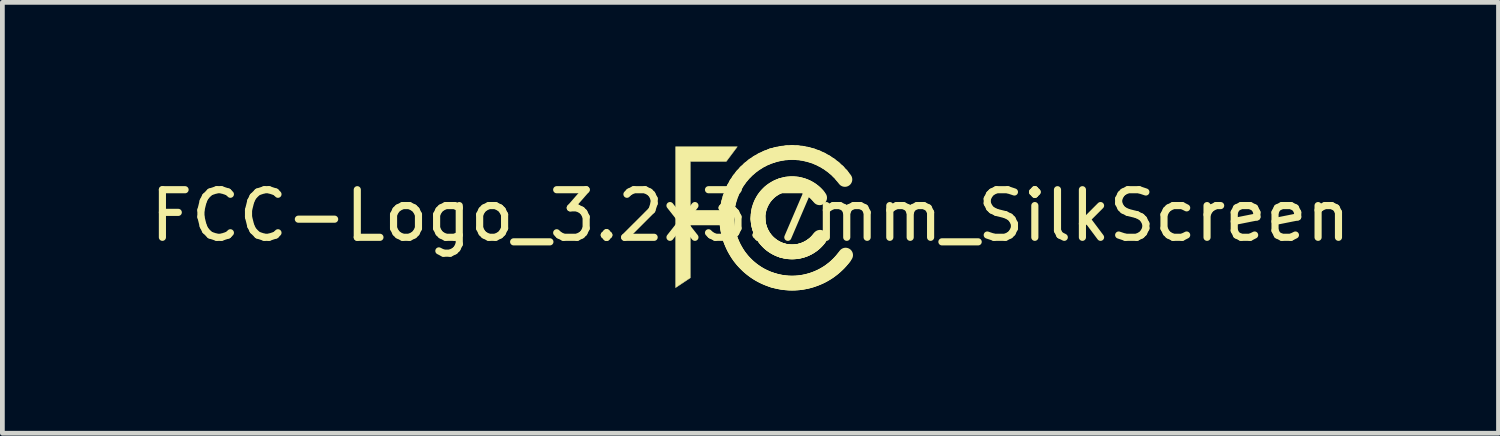
<source format=kicad_pcb>
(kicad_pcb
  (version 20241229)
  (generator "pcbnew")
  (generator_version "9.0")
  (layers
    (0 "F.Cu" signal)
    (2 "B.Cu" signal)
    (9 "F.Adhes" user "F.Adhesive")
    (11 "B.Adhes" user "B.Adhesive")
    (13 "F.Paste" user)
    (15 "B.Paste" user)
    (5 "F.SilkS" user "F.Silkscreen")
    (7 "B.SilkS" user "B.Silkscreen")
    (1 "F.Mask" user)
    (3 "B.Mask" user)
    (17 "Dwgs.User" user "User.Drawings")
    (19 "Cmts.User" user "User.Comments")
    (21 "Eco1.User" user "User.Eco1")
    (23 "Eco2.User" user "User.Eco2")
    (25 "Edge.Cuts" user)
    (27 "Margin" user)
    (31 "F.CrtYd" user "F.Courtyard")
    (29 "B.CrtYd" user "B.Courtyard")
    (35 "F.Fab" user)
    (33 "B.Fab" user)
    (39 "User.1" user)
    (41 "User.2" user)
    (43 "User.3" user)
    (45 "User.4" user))
  (footprint "FCC-Logo_3.2x3.7mm_SilkScreen"
    (layer "F.Cu")
    (at 12.72 1.482)
    (property "Reference" "FCC-Logo_3.2x3.7mm_SilkScreen" (at 0 0 0) (layer "F.SilkS") (effects (font (size 1 1) (thickness 0.15))))
    (attr exclude_from_pos_files exclude_from_bom)
    (fp_line (start -0.497 0.058) (end -0.497 0.058) (stroke (width 0.31) (type solid)) (layer "F.SilkS"))
    (fp_line (start -0.497 0.058) (end -0.494 -0.053) (stroke (width 0.31) (type solid)) (layer "F.SilkS"))
    (fp_line (start -0.496 0.114) (end -0.497 0.058) (stroke (width 0.31) (type solid)) (layer "F.SilkS"))
    (fp_line (start -0.494 -0.053) (end -0.482 -0.162) (stroke (width 0.31) (type solid)) (layer "F.SilkS"))
    (fp_line (start -0.492 0.169) (end -0.496 0.114) (stroke (width 0.31) (type solid)) (layer "F.SilkS"))
    (fp_line (start -0.486 0.224) (end -0.492 0.169) (stroke (width 0.31) (type solid)) (layer "F.SilkS"))
    (fp_line (start -0.482 -0.162) (end -0.461 -0.269) (stroke (width 0.31) (type solid)) (layer "F.SilkS"))
    (fp_line (start -0.478 0.278) (end -0.486 0.224) (stroke (width 0.31) (type solid)) (layer "F.SilkS"))
    (fp_line (start -0.467 0.331) (end -0.478 0.278) (stroke (width 0.31) (type solid)) (layer "F.SilkS"))
    (fp_line (start -0.461 -0.269) (end -0.432 -0.373) (stroke (width 0.31) (type solid)) (layer "F.SilkS"))
    (fp_line (start -0.455 0.384) (end -0.467 0.331) (stroke (width 0.31) (type solid)) (layer "F.SilkS"))
    (fp_line (start -0.44 0.436) (end -0.455 0.384) (stroke (width 0.31) (type solid)) (layer "F.SilkS"))
    (fp_line (start -0.432 -0.373) (end -0.396 -0.474) (stroke (width 0.31) (type solid)) (layer "F.SilkS"))
    (fp_line (start -0.424 0.488) (end -0.44 0.436) (stroke (width 0.31) (type solid)) (layer "F.SilkS"))
    (fp_line (start -0.406 0.538) (end -0.424 0.488) (stroke (width 0.31) (type solid)) (layer "F.SilkS"))
    (fp_line (start -0.396 -0.474) (end -0.351 -0.572) (stroke (width 0.31) (type solid)) (layer "F.SilkS"))
    (fp_line (start -0.385 0.588) (end -0.406 0.538) (stroke (width 0.31) (type solid)) (layer "F.SilkS"))
    (fp_line (start -0.363 0.637) (end -0.385 0.588) (stroke (width 0.31) (type solid)) (layer "F.SilkS"))
    (fp_line (start -0.351 -0.572) (end -0.3 -0.665) (stroke (width 0.31) (type solid)) (layer "F.SilkS"))
    (fp_line (start -0.339 0.685) (end -0.363 0.637) (stroke (width 0.31) (type solid)) (layer "F.SilkS"))
    (fp_line (start -0.313 0.731) (end -0.339 0.685) (stroke (width 0.31) (type solid)) (layer "F.SilkS"))
    (fp_line (start -0.3 -0.665) (end -0.241 -0.754) (stroke (width 0.31) (type solid)) (layer "F.SilkS"))
    (fp_line (start -0.286 0.777) (end -0.313 0.731) (stroke (width 0.31) (type solid)) (layer "F.SilkS"))
    (fp_line (start -0.257 0.821) (end -0.286 0.777) (stroke (width 0.31) (type solid)) (layer "F.SilkS"))
    (fp_line (start -0.241 -0.754) (end -0.176 -0.838) (stroke (width 0.31) (type solid)) (layer "F.SilkS"))
    (fp_line (start -0.226 0.865) (end -0.257 0.821) (stroke (width 0.31) (type solid)) (layer "F.SilkS"))
    (fp_line (start -0.193 0.907) (end -0.226 0.865) (stroke (width 0.31) (type solid)) (layer "F.SilkS"))
    (fp_line (start -0.176 -0.838) (end -0.104 -0.917) (stroke (width 0.31) (type solid)) (layer "F.SilkS"))
    (fp_line (start -0.159 0.948) (end -0.193 0.907) (stroke (width 0.31) (type solid)) (layer "F.SilkS"))
    (fp_line (start -0.123 0.987) (end -0.159 0.948) (stroke (width 0.31) (type solid)) (layer "F.SilkS"))
    (fp_line (start -0.104 -0.917) (end -0.026 -0.99) (stroke (width 0.31) (type solid)) (layer "F.SilkS"))
    (fp_line (start -0.085 1.025) (end -0.123 0.987) (stroke (width 0.31) (type solid)) (layer "F.SilkS"))
    (fp_line (start -0.047 1.062) (end -0.085 1.025) (stroke (width 0.31) (type solid)) (layer "F.SilkS"))
    (fp_line (start -0.026 -0.99) (end 0.058 -1.058) (stroke (width 0.31) (type solid)) (layer "F.SilkS"))
    (fp_line (start -0.006 1.097) (end -0.047 1.062) (stroke (width 0.31) (type solid)) (layer "F.SilkS"))
    (fp_line (start 0.036 1.131) (end -0.006 1.097) (stroke (width 0.31) (type solid)) (layer "F.SilkS"))
    (fp_line (start 0.058 -1.058) (end 0.147 -1.118) (stroke (width 0.31) (type solid)) (layer "F.SilkS"))
    (fp_line (start 0.079 1.163) (end 0.036 1.131) (stroke (width 0.31) (type solid)) (layer "F.SilkS"))
    (fp_line (start 0.123 1.193) (end 0.079 1.163) (stroke (width 0.31) (type solid)) (layer "F.SilkS"))
    (fp_line (start 0.147 -1.118) (end 0.241 -1.172) (stroke (width 0.31) (type solid)) (layer "F.SilkS"))
    (fp_line (start 0.159 0.052) (end 0.159 0.052) (stroke (width 0.31) (type solid)) (layer "F.SilkS"))
    (fp_line (start 0.159 0.052) (end 0.16 -0.006) (stroke (width 0.31) (type solid)) (layer "F.SilkS"))
    (fp_line (start 0.159 0.081) (end 0.159 0.052) (stroke (width 0.31) (type solid)) (layer "F.SilkS"))
    (fp_line (start 0.16 -0.006) (end 0.167 -0.063) (stroke (width 0.31) (type solid)) (layer "F.SilkS"))
    (fp_line (start 0.161 0.11) (end 0.159 0.081) (stroke (width 0.31) (type solid)) (layer "F.SilkS"))
    (fp_line (start 0.165 0.138) (end 0.161 0.11) (stroke (width 0.31) (type solid)) (layer "F.SilkS"))
    (fp_line (start 0.167 -0.063) (end 0.177 -0.119) (stroke (width 0.31) (type solid)) (layer "F.SilkS"))
    (fp_line (start 0.169 0.166) (end 0.165 0.138) (stroke (width 0.31) (type solid)) (layer "F.SilkS"))
    (fp_line (start 0.169 1.222) (end 0.123 1.193) (stroke (width 0.31) (type solid)) (layer "F.SilkS"))
    (fp_line (start 0.174 0.194) (end 0.169 0.166) (stroke (width 0.31) (type solid)) (layer "F.SilkS"))
    (fp_line (start 0.177 -0.119) (end 0.193 -0.173) (stroke (width 0.31) (type solid)) (layer "F.SilkS"))
    (fp_line (start 0.181 0.222) (end 0.174 0.194) (stroke (width 0.31) (type solid)) (layer "F.SilkS"))
    (fp_line (start 0.188 0.249) (end 0.181 0.222) (stroke (width 0.31) (type solid)) (layer "F.SilkS"))
    (fp_line (start 0.193 -0.173) (end 0.212 -0.226) (stroke (width 0.31) (type solid)) (layer "F.SilkS"))
    (fp_line (start 0.197 0.276) (end 0.188 0.249) (stroke (width 0.31) (type solid)) (layer "F.SilkS"))
    (fp_line (start 0.206 0.302) (end 0.197 0.276) (stroke (width 0.31) (type solid)) (layer "F.SilkS"))
    (fp_line (start 0.212 -0.226) (end 0.235 -0.277) (stroke (width 0.31) (type solid)) (layer "F.SilkS"))
    (fp_line (start 0.216 1.249) (end 0.169 1.222) (stroke (width 0.31) (type solid)) (layer "F.SilkS"))
    (fp_line (start 0.217 0.328) (end 0.206 0.302) (stroke (width 0.31) (type solid)) (layer "F.SilkS"))
    (fp_line (start 0.229 0.354) (end 0.217 0.328) (stroke (width 0.31) (type solid)) (layer "F.SilkS"))
    (fp_line (start 0.235 -0.277) (end 0.262 -0.326) (stroke (width 0.31) (type solid)) (layer "F.SilkS"))
    (fp_line (start 0.241 0.379) (end 0.229 0.354) (stroke (width 0.31) (type solid)) (layer "F.SilkS"))
    (fp_line (start 0.241 -1.172) (end 0.341 -1.219) (stroke (width 0.31) (type solid)) (layer "F.SilkS"))
    (fp_line (start 0.255 0.403) (end 0.241 0.379) (stroke (width 0.31) (type solid)) (layer "F.SilkS"))
    (fp_line (start 0.262 -0.326) (end 0.292 -0.372) (stroke (width 0.31) (type solid)) (layer "F.SilkS"))
    (fp_line (start 0.265 1.274) (end 0.216 1.249) (stroke (width 0.31) (type solid)) (layer "F.SilkS"))
    (fp_line (start 0.269 0.427) (end 0.255 0.403) (stroke (width 0.31) (type solid)) (layer "F.SilkS"))
    (fp_line (start 0.284 0.45) (end 0.269 0.427) (stroke (width 0.31) (type solid)) (layer "F.SilkS"))
    (fp_line (start 0.292 -0.372) (end 0.326 -0.416) (stroke (width 0.31) (type solid)) (layer "F.SilkS"))
    (fp_line (start 0.3 0.473) (end 0.284 0.45) (stroke (width 0.31) (type solid)) (layer "F.SilkS"))
    (fp_line (start 0.314 1.297) (end 0.265 1.274) (stroke (width 0.31) (type solid)) (layer "F.SilkS"))
    (fp_line (start 0.317 0.495) (end 0.3 0.473) (stroke (width 0.31) (type solid)) (layer "F.SilkS"))
    (fp_line (start 0.326 -0.416) (end 0.364 -0.457) (stroke (width 0.31) (type solid)) (layer "F.SilkS"))
    (fp_line (start 0.335 0.516) (end 0.317 0.495) (stroke (width 0.31) (type solid)) (layer "F.SilkS"))
    (fp_line (start 0.341 -1.219) (end 0.445 -1.258) (stroke (width 0.31) (type solid)) (layer "F.SilkS"))
    (fp_line (start 0.354 0.537) (end 0.335 0.516) (stroke (width 0.31) (type solid)) (layer "F.SilkS"))
    (fp_line (start 0.364 -0.457) (end 0.404 -0.496) (stroke (width 0.31) (type solid)) (layer "F.SilkS"))
    (fp_line (start 0.365 1.319) (end 0.314 1.297) (stroke (width 0.31) (type solid)) (layer "F.SilkS"))
    (fp_line (start 0.374 0.557) (end 0.354 0.537) (stroke (width 0.31) (type solid)) (layer "F.SilkS"))
    (fp_line (start 0.394 0.576) (end 0.374 0.557) (stroke (width 0.31) (type solid)) (layer "F.SilkS"))
    (fp_line (start 0.404 -0.496) (end 0.448 -0.531) (stroke (width 0.31) (type solid)) (layer "F.SilkS"))
    (fp_line (start 0.415 0.594) (end 0.394 0.576) (stroke (width 0.31) (type solid)) (layer "F.SilkS"))
    (fp_line (start 0.417 1.338) (end 0.365 1.319) (stroke (width 0.31) (type solid)) (layer "F.SilkS"))
    (fp_line (start 0.437 0.612) (end 0.415 0.594) (stroke (width 0.31) (type solid)) (layer "F.SilkS"))
    (fp_line (start 0.445 -1.258) (end 0.445 -1.258) (stroke (width 0.31) (type solid)) (layer "F.SilkS"))
    (fp_line (start 0.445 -1.258) (end 0.552 -1.289) (stroke (width 0.31) (type solid)) (layer "F.SilkS"))
    (fp_line (start 0.448 -0.531) (end 0.495 -0.562) (stroke (width 0.31) (type solid)) (layer "F.SilkS"))
    (fp_line (start 0.459 0.628) (end 0.437 0.612) (stroke (width 0.31) (type solid)) (layer "F.SilkS"))
    (fp_line (start 0.47 1.356) (end 0.417 1.338) (stroke (width 0.31) (type solid)) (layer "F.SilkS"))
    (fp_line (start 0.47 1.356) (end 0.47 1.356) (stroke (width 0.31) (type solid)) (layer "F.SilkS"))
    (fp_line (start 0.483 0.644) (end 0.459 0.628) (stroke (width 0.31) (type solid)) (layer "F.SilkS"))
    (fp_line (start 0.495 -0.562) (end 0.544 -0.591) (stroke (width 0.31) (type solid)) (layer "F.SilkS"))
    (fp_line (start 0.506 0.659) (end 0.483 0.644) (stroke (width 0.31) (type solid)) (layer "F.SilkS"))
    (fp_line (start 0.523 1.371) (end 0.47 1.356) (stroke (width 0.31) (type solid)) (layer "F.SilkS"))
    (fp_line (start 0.531 0.673) (end 0.506 0.659) (stroke (width 0.31) (type solid)) (layer "F.SilkS"))
    (fp_line (start 0.544 -0.591) (end 0.596 -0.615) (stroke (width 0.31) (type solid)) (layer "F.SilkS"))
    (fp_line (start 0.552 -1.289) (end 0.659 -1.31) (stroke (width 0.31) (type solid)) (layer "F.SilkS"))
    (fp_line (start 0.556 0.686) (end 0.531 0.673) (stroke (width 0.31) (type solid)) (layer "F.SilkS"))
    (fp_line (start 0.577 1.384) (end 0.523 1.371) (stroke (width 0.31) (type solid)) (layer "F.SilkS"))
    (fp_line (start 0.582 0.699) (end 0.556 0.686) (stroke (width 0.31) (type solid)) (layer "F.SilkS"))
    (fp_line (start 0.596 -0.615) (end 0.65 -0.635) (stroke (width 0.31) (type solid)) (layer "F.SilkS"))
    (fp_line (start 0.609 0.71) (end 0.582 0.699) (stroke (width 0.31) (type solid)) (layer "F.SilkS"))
    (fp_line (start 0.631 1.395) (end 0.577 1.384) (stroke (width 0.31) (type solid)) (layer "F.SilkS"))
    (fp_line (start 0.636 0.72) (end 0.609 0.71) (stroke (width 0.31) (type solid)) (layer "F.SilkS"))
    (fp_line (start 0.65 -0.635) (end 0.65 -0.635) (stroke (width 0.31) (type solid)) (layer "F.SilkS"))
    (fp_line (start 0.65 -0.635) (end 0.706 -0.651) (stroke (width 0.31) (type solid)) (layer "F.SilkS"))
    (fp_line (start 0.659 -1.31) (end 0.767 -1.323) (stroke (width 0.31) (type solid)) (layer "F.SilkS"))
    (fp_line (start 0.663 0.729) (end 0.636 0.72) (stroke (width 0.31) (type solid)) (layer "F.SilkS"))
    (fp_line (start 0.663 0.729) (end 0.663 0.729) (stroke (width 0.31) (type solid)) (layer "F.SilkS"))
    (fp_line (start 0.685 1.404) (end 0.631 1.395) (stroke (width 0.31) (type solid)) (layer "F.SilkS"))
    (fp_line (start 0.691 0.737) (end 0.663 0.729) (stroke (width 0.31) (type solid)) (layer "F.SilkS"))
    (fp_line (start 0.706 -0.651) (end 0.762 -0.663) (stroke (width 0.31) (type solid)) (layer "F.SilkS"))
    (fp_line (start 0.719 0.744) (end 0.691 0.737) (stroke (width 0.31) (type solid)) (layer "F.SilkS"))
    (fp_line (start 0.739 1.41) (end 0.685 1.404) (stroke (width 0.31) (type solid)) (layer "F.SilkS"))
    (fp_line (start 0.748 0.75) (end 0.719 0.744) (stroke (width 0.31) (type solid)) (layer "F.SilkS"))
    (fp_line (start 0.762 -0.663) (end 0.819 -0.669) (stroke (width 0.31) (type solid)) (layer "F.SilkS"))
    (fp_line (start 0.767 -1.323) (end 0.875 -1.328) (stroke (width 0.31) (type solid)) (layer "F.SilkS"))
    (fp_line (start 0.776 0.754) (end 0.748 0.75) (stroke (width 0.31) (type solid)) (layer "F.SilkS"))
    (fp_line (start 0.794 1.415) (end 0.739 1.41) (stroke (width 0.31) (type solid)) (layer "F.SilkS"))
    (fp_line (start 0.804 0.758) (end 0.776 0.754) (stroke (width 0.31) (type solid)) (layer "F.SilkS"))
    (fp_line (start 0.819 -0.669) (end 0.875 -0.671) (stroke (width 0.31) (type solid)) (layer "F.SilkS"))
    (fp_line (start 0.832 0.76) (end 0.804 0.758) (stroke (width 0.31) (type solid)) (layer "F.SilkS"))
    (fp_line (start 0.848 1.417) (end 0.794 1.415) (stroke (width 0.31) (type solid)) (layer "F.SilkS"))
    (fp_line (start 0.861 0.761) (end 0.832 0.76) (stroke (width 0.31) (type solid)) (layer "F.SilkS"))
    (fp_line (start 0.875 -0.671) (end 0.931 -0.669) (stroke (width 0.31) (type solid)) (layer "F.SilkS"))
    (fp_line (start 0.875 -1.328) (end 0.983 -1.323) (stroke (width 0.31) (type solid)) (layer "F.SilkS"))
    (fp_line (start 0.889 0.761) (end 0.861 0.761) (stroke (width 0.31) (type solid)) (layer "F.SilkS"))
    (fp_line (start 0.902 1.417) (end 0.848 1.417) (stroke (width 0.31) (type solid)) (layer "F.SilkS"))
    (fp_line (start 0.917 0.76) (end 0.889 0.761) (stroke (width 0.31) (type solid)) (layer "F.SilkS"))
    (fp_line (start 0.931 -0.669) (end 0.986 -0.663) (stroke (width 0.31) (type solid)) (layer "F.SilkS"))
    (fp_line (start 0.945 0.758) (end 0.917 0.76) (stroke (width 0.31) (type solid)) (layer "F.SilkS"))
    (fp_line (start 0.955 1.415) (end 0.902 1.417) (stroke (width 0.31) (type solid)) (layer "F.SilkS"))
    (fp_line (start 0.972 0.754) (end 0.945 0.758) (stroke (width 0.31) (type solid)) (layer "F.SilkS"))
    (fp_line (start 0.983 -1.323) (end 1.089 -1.311) (stroke (width 0.31) (type solid)) (layer "F.SilkS"))
    (fp_line (start 0.986 -0.663) (end 1.041 -0.652) (stroke (width 0.31) (type solid)) (layer "F.SilkS"))
    (fp_line (start 1 0.75) (end 0.972 0.754) (stroke (width 0.31) (type solid)) (layer "F.SilkS"))
    (fp_line (start 1.009 1.411) (end 0.955 1.415) (stroke (width 0.31) (type solid)) (layer "F.SilkS"))
    (fp_line (start 1.027 0.745) (end 1 0.75) (stroke (width 0.31) (type solid)) (layer "F.SilkS"))
    (fp_line (start 1.041 -0.652) (end 1.095 -0.637) (stroke (width 0.31) (type solid)) (layer "F.SilkS"))
    (fp_line (start 1.054 0.738) (end 1.027 0.745) (stroke (width 0.31) (type solid)) (layer "F.SilkS"))
    (fp_line (start 1.062 1.404) (end 1.009 1.411) (stroke (width 0.31) (type solid)) (layer "F.SilkS"))
    (fp_line (start 1.081 0.731) (end 1.054 0.738) (stroke (width 0.31) (type solid)) (layer "F.SilkS"))
    (fp_line (start 1.089 -1.311) (end 1.193 -1.29) (stroke (width 0.31) (type solid)) (layer "F.SilkS"))
    (fp_line (start 1.095 -0.637) (end 1.147 -0.618) (stroke (width 0.31) (type solid)) (layer "F.SilkS"))
    (fp_line (start 1.108 0.722) (end 1.081 0.731) (stroke (width 0.31) (type solid)) (layer "F.SilkS"))
    (fp_line (start 1.115 1.396) (end 1.062 1.404) (stroke (width 0.31) (type solid)) (layer "F.SilkS"))
    (fp_line (start 1.134 0.713) (end 1.108 0.722) (stroke (width 0.31) (type solid)) (layer "F.SilkS"))
    (fp_line (start 1.147 -0.618) (end 1.197 -0.595) (stroke (width 0.31) (type solid)) (layer "F.SilkS"))
    (fp_line (start 1.16 0.702) (end 1.134 0.713) (stroke (width 0.31) (type solid)) (layer "F.SilkS"))
    (fp_line (start 1.167 1.386) (end 1.115 1.396) (stroke (width 0.31) (type solid)) (layer "F.SilkS"))
    (fp_line (start 1.185 0.69) (end 1.16 0.702) (stroke (width 0.31) (type solid)) (layer "F.SilkS"))
    (fp_line (start 1.193 -1.29) (end 1.296 -1.261) (stroke (width 0.31) (type solid)) (layer "F.SilkS"))
    (fp_line (start 1.197 -0.595) (end 1.246 -0.568) (stroke (width 0.31) (type solid)) (layer "F.SilkS"))
    (fp_line (start 1.21 0.678) (end 1.185 0.69) (stroke (width 0.31) (type solid)) (layer "F.SilkS"))
    (fp_line (start 1.219 1.373) (end 1.167 1.386) (stroke (width 0.31) (type solid)) (layer "F.SilkS"))
    (fp_line (start 1.234 0.664) (end 1.21 0.678) (stroke (width 0.31) (type solid)) (layer "F.SilkS"))
    (fp_line (start 1.246 -0.568) (end 1.293 -0.537) (stroke (width 0.31) (type solid)) (layer "F.SilkS"))
    (fp_line (start 1.258 0.65) (end 1.234 0.664) (stroke (width 0.31) (type solid)) (layer "F.SilkS"))
    (fp_line (start 1.27 1.359) (end 1.219 1.373) (stroke (width 0.31) (type solid)) (layer "F.SilkS"))
    (fp_line (start 1.281 0.634) (end 1.258 0.65) (stroke (width 0.31) (type solid)) (layer "F.SilkS"))
    (fp_line (start 1.293 -0.537) (end 1.338 -0.502) (stroke (width 0.31) (type solid)) (layer "F.SilkS"))
    (fp_line (start 1.296 -1.261) (end 1.396 -1.225) (stroke (width 0.31) (type solid)) (layer "F.SilkS"))
    (fp_line (start 1.304 0.618) (end 1.281 0.634) (stroke (width 0.31) (type solid)) (layer "F.SilkS"))
    (fp_line (start 1.321 1.342) (end 1.27 1.359) (stroke (width 0.31) (type solid)) (layer "F.SilkS"))
    (fp_line (start 1.326 0.601) (end 1.304 0.618) (stroke (width 0.31) (type solid)) (layer "F.SilkS"))
    (fp_line (start 1.338 -0.502) (end 1.379 -0.464) (stroke (width 0.31) (type solid)) (layer "F.SilkS"))
    (fp_line (start 1.348 0.583) (end 1.326 0.601) (stroke (width 0.31) (type solid)) (layer "F.SilkS"))
    (fp_line (start 1.369 0.563) (end 1.348 0.583) (stroke (width 0.31) (type solid)) (layer "F.SilkS"))
    (fp_line (start 1.371 1.324) (end 1.321 1.342) (stroke (width 0.31) (type solid)) (layer "F.SilkS"))
    (fp_line (start 1.379 -0.464) (end 1.418 -0.422) (stroke (width 0.31) (type solid)) (layer "F.SilkS"))
    (fp_line (start 1.389 0.543) (end 1.369 0.563) (stroke (width 0.31) (type solid)) (layer "F.SilkS"))
    (fp_line (start 1.396 -1.225) (end 1.493 -1.18) (stroke (width 0.31) (type solid)) (layer "F.SilkS"))
    (fp_line (start 1.409 0.522) (end 1.389 0.543) (stroke (width 0.31) (type solid)) (layer "F.SilkS"))
    (fp_line (start 1.418 -0.422) (end 1.454 -0.376) (stroke (width 0.31) (type solid)) (layer "F.SilkS"))
    (fp_line (start 1.42 1.304) (end 1.371 1.324) (stroke (width 0.31) (type solid)) (layer "F.SilkS"))
    (fp_line (start 1.427 0.501) (end 1.409 0.522) (stroke (width 0.31) (type solid)) (layer "F.SilkS"))
    (fp_line (start 1.445 0.478) (end 1.427 0.501) (stroke (width 0.31) (type solid)) (layer "F.SilkS"))
    (fp_line (start 1.462 0.454) (end 1.445 0.478) (stroke (width 0.31) (type solid)) (layer "F.SilkS"))
    (fp_line (start 1.469 1.282) (end 1.42 1.304) (stroke (width 0.31) (type solid)) (layer "F.SilkS"))
    (fp_line (start 1.493 -1.18) (end 1.587 -1.128) (stroke (width 0.31) (type solid)) (layer "F.SilkS"))
    (fp_line (start 1.516 1.258) (end 1.469 1.282) (stroke (width 0.31) (type solid)) (layer "F.SilkS"))
    (fp_line (start 1.563 1.232) (end 1.516 1.258) (stroke (width 0.31) (type solid)) (layer "F.SilkS"))
    (fp_line (start 1.587 -1.128) (end 1.676 -1.069) (stroke (width 0.31) (type solid)) (layer "F.SilkS"))
    (fp_line (start 1.609 1.204) (end 1.563 1.232) (stroke (width 0.31) (type solid)) (layer "F.SilkS"))
    (fp_line (start 1.654 1.175) (end 1.609 1.204) (stroke (width 0.31) (type solid)) (layer "F.SilkS"))
    (fp_line (start 1.676 -1.069) (end 1.761 -1.003) (stroke (width 0.31) (type solid)) (layer "F.SilkS"))
    (fp_line (start 1.697 1.143) (end 1.654 1.175) (stroke (width 0.31) (type solid)) (layer "F.SilkS"))
    (fp_line (start 1.74 1.11) (end 1.697 1.143) (stroke (width 0.31) (type solid)) (layer "F.SilkS"))
    (fp_line (start 1.761 -1.003) (end 1.842 -0.929) (stroke (width 0.31) (type solid)) (layer "F.SilkS"))
    (fp_line (start 1.781 1.075) (end 1.74 1.11) (stroke (width 0.31) (type solid)) (layer "F.SilkS"))
    (fp_line (start 1.821 1.038) (end 1.781 1.075) (stroke (width 0.31) (type solid)) (layer "F.SilkS"))
    (fp_line (start 1.842 -0.929) (end 1.916 -0.849) (stroke (width 0.31) (type solid)) (layer "F.SilkS"))
    (fp_line (start 1.86 1) (end 1.821 1.038) (stroke (width 0.31) (type solid)) (layer "F.SilkS"))
    (fp_line (start 1.897 0.96) (end 1.86 1) (stroke (width 0.31) (type solid)) (layer "F.SilkS"))
    (fp_line (start 1.916 -0.849) (end 1.985 -0.761) (stroke (width 0.31) (type solid)) (layer "F.SilkS"))
    (fp_line (start 1.933 0.918) (end 1.897 0.96) (stroke (width 0.31) (type solid)) (layer "F.SilkS"))
    (fp_line (start 1.968 0.875) (end 1.933 0.918) (stroke (width 0.31) (type solid)) (layer "F.SilkS"))
    (fp_line (start 2 0.829) (end 1.968 0.875) (stroke (width 0.31) (type solid)) (layer "F.SilkS"))
    (fp_poly (pts (xy -0.626 -0.113) (xy -1.263 -0.113) (xy -1.263 -1.139) (xy -0.508 -1.139) (xy -0.276 -1.449) (xy -1.573 -1.449) (xy -1.573 1.513) (xy -1.263 1.306) (xy -1.263 0.197) (xy -0.626 0.197) (xy -0.626 -0.113)) (stroke (width 0.008) (type solid)) (fill yes) (layer "F.SilkS")))
  (gr_rect
    (start -3 -3)
    (end 28.44 6.054)
    (stroke (width 0.1) (type default))
    (fill no)
    (layer "Edge.Cuts")))
</source>
